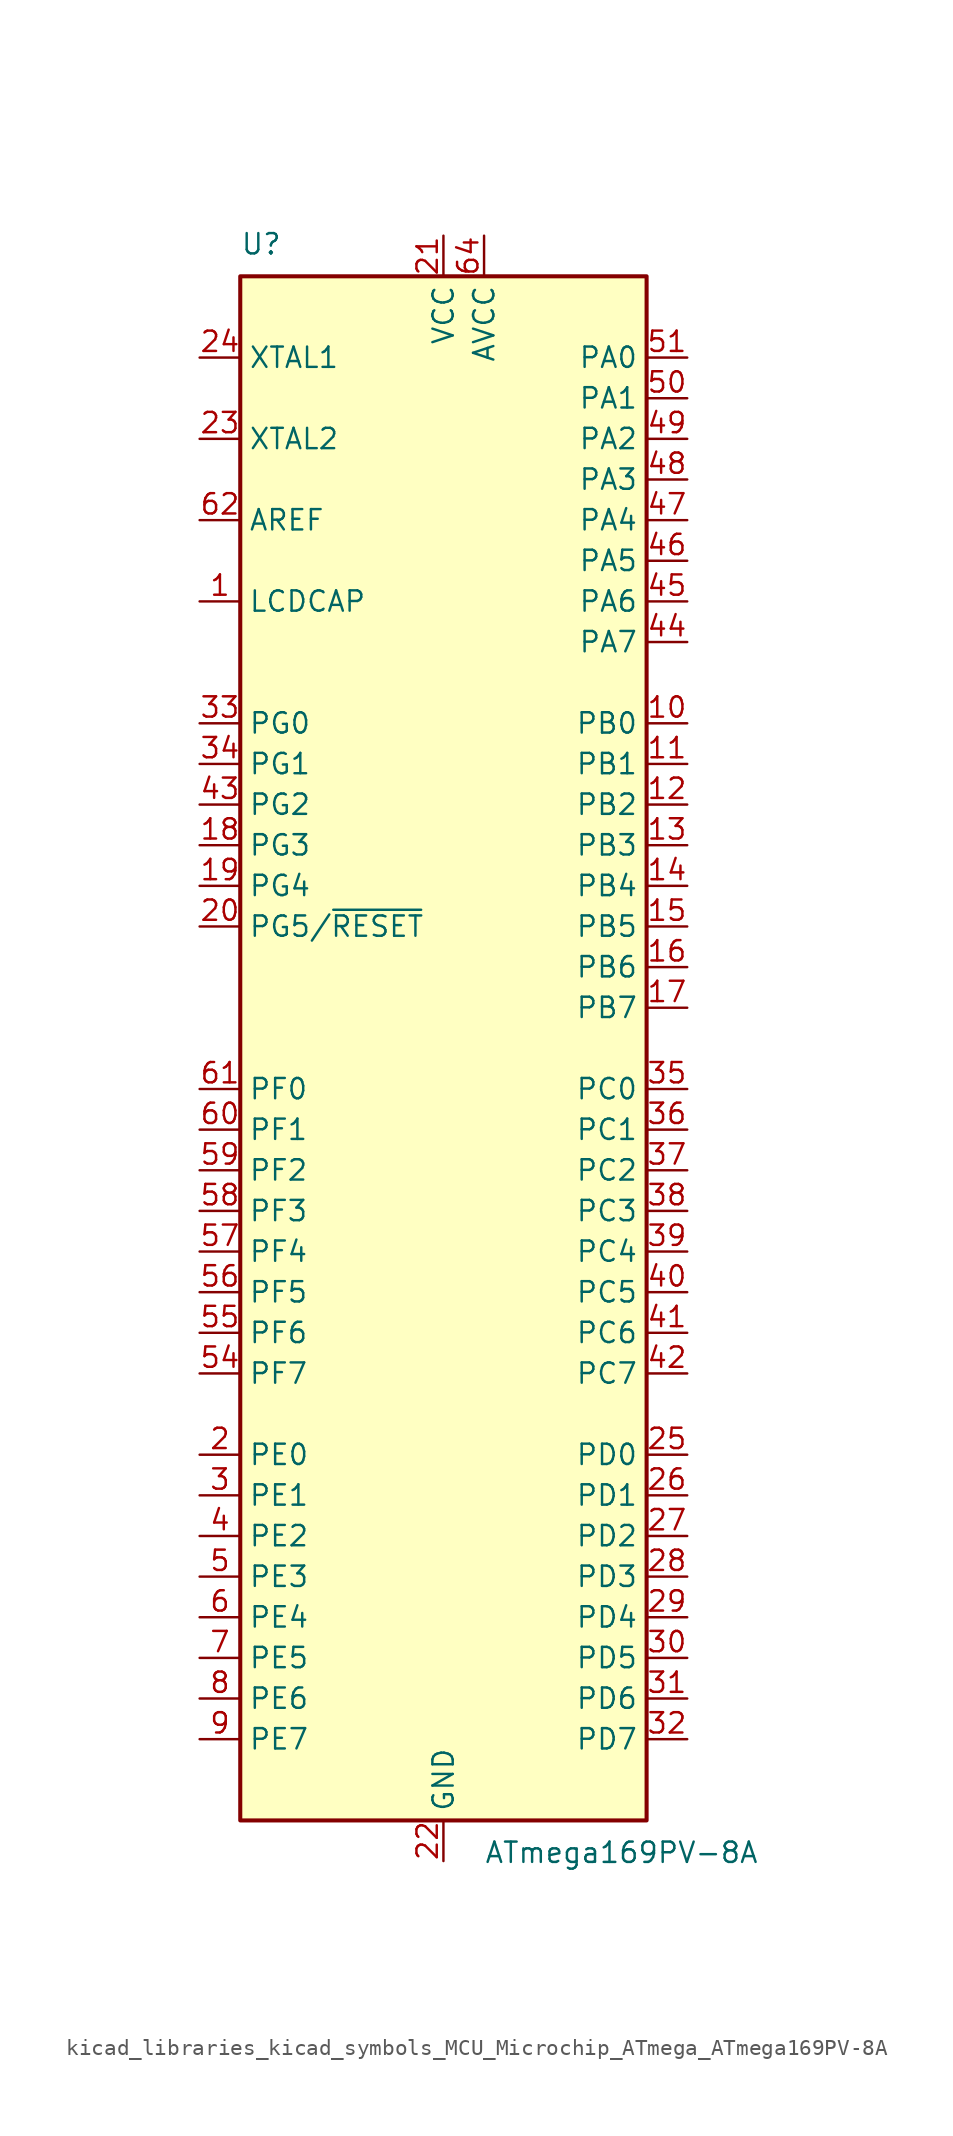
<source format=kicad_sym>
(kicad_symbol_lib
  (version 20220914)
  (generator kicad_symbol_editor)
  (symbol "kicad_libraries_kicad_symbols_MCU_Microchip_ATmega_ATmega169PV-8A"
    (property "Reference" "U"
      (at -12.7 49.53 0)
      (effects (font (size 1.27 1.27)) (justify left bottom)))
    (property "Value" "ATmega169PV-8A"
      (at 2.54 -49.53 0)
      (effects (font (size 1.27 1.27)) (justify left top)))
    (symbol "kicad_libraries_kicad_symbols_MCU_Microchip_ATmega_ATmega169PV-8A_0_1"
      (rectangle (start -12.7 -48.26) (end 12.7 48.26) (stroke (width 0.254) (type default)) (fill (type background))))
    (symbol "kicad_libraries_kicad_symbols_MCU_Microchip_ATmega_ATmega169PV-8A_1_1"
      (pin passive line (at -15.24 27.94 0) (length 2.54) (name "LCDCAP" (effects (font (size 1.27 1.27)))) (number "1" (effects (font (size 1.27 1.27)))))
      (pin bidirectional line (at 15.24 20.32 180) (length 2.54) (name "PB0" (effects (font (size 1.27 1.27)))) (number "10" (effects (font (size 1.27 1.27)))))
      (pin bidirectional line (at 15.24 17.78 180) (length 2.54) (name "PB1" (effects (font (size 1.27 1.27)))) (number "11" (effects (font (size 1.27 1.27)))))
      (pin bidirectional line (at 15.24 15.24 180) (length 2.54) (name "PB2" (effects (font (size 1.27 1.27)))) (number "12" (effects (font (size 1.27 1.27)))))
      (pin bidirectional line (at 15.24 12.7 180) (length 2.54) (name "PB3" (effects (font (size 1.27 1.27)))) (number "13" (effects (font (size 1.27 1.27)))))
      (pin bidirectional line (at 15.24 10.16 180) (length 2.54) (name "PB4" (effects (font (size 1.27 1.27)))) (number "14" (effects (font (size 1.27 1.27)))))
      (pin bidirectional line (at 15.24 7.62 180) (length 2.54) (name "PB5" (effects (font (size 1.27 1.27)))) (number "15" (effects (font (size 1.27 1.27)))))
      (pin bidirectional line (at 15.24 5.08 180) (length 2.54) (name "PB6" (effects (font (size 1.27 1.27)))) (number "16" (effects (font (size 1.27 1.27)))))
      (pin bidirectional line (at 15.24 2.54 180) (length 2.54) (name "PB7" (effects (font (size 1.27 1.27)))) (number "17" (effects (font (size 1.27 1.27)))))
      (pin bidirectional line (at -15.24 12.7 0) (length 2.54) (name "PG3" (effects (font (size 1.27 1.27)))) (number "18" (effects (font (size 1.27 1.27)))))
      (pin bidirectional line (at -15.24 10.16 0) (length 2.54) (name "PG4" (effects (font (size 1.27 1.27)))) (number "19" (effects (font (size 1.27 1.27)))))
      (pin bidirectional line (at -15.24 -25.4 0) (length 2.54) (name "PE0" (effects (font (size 1.27 1.27)))) (number "2" (effects (font (size 1.27 1.27)))))
      (pin bidirectional line (at -15.24 7.62 0) (length 2.54) (name "PG5/~{RESET}" (effects (font (size 1.27 1.27)))) (number "20" (effects (font (size 1.27 1.27)))))
      (pin power_in line (at 0 50.8 270) (length 2.54) (name "VCC" (effects (font (size 1.27 1.27)))) (number "21" (effects (font (size 1.27 1.27)))))
      (pin power_in line (at 0 -50.8 90) (length 2.54) (name "GND" (effects (font (size 1.27 1.27)))) (number "22" (effects (font (size 1.27 1.27)))))
      (pin output line (at -15.24 38.1 0) (length 2.54) (name "XTAL2" (effects (font (size 1.27 1.27)))) (number "23" (effects (font (size 1.27 1.27)))))
      (pin input line (at -15.24 43.18 0) (length 2.54) (name "XTAL1" (effects (font (size 1.27 1.27)))) (number "24" (effects (font (size 1.27 1.27)))))
      (pin bidirectional line (at 15.24 -25.4 180) (length 2.54) (name "PD0" (effects (font (size 1.27 1.27)))) (number "25" (effects (font (size 1.27 1.27)))))
      (pin bidirectional line (at 15.24 -27.94 180) (length 2.54) (name "PD1" (effects (font (size 1.27 1.27)))) (number "26" (effects (font (size 1.27 1.27)))))
      (pin bidirectional line (at 15.24 -30.48 180) (length 2.54) (name "PD2" (effects (font (size 1.27 1.27)))) (number "27" (effects (font (size 1.27 1.27)))))
      (pin bidirectional line (at 15.24 -33.02 180) (length 2.54) (name "PD3" (effects (font (size 1.27 1.27)))) (number "28" (effects (font (size 1.27 1.27)))))
      (pin bidirectional line (at 15.24 -35.56 180) (length 2.54) (name "PD4" (effects (font (size 1.27 1.27)))) (number "29" (effects (font (size 1.27 1.27)))))
      (pin bidirectional line (at -15.24 -27.94 0) (length 2.54) (name "PE1" (effects (font (size 1.27 1.27)))) (number "3" (effects (font (size 1.27 1.27)))))
      (pin bidirectional line (at 15.24 -38.1 180) (length 2.54) (name "PD5" (effects (font (size 1.27 1.27)))) (number "30" (effects (font (size 1.27 1.27)))))
      (pin bidirectional line (at 15.24 -40.64 180) (length 2.54) (name "PD6" (effects (font (size 1.27 1.27)))) (number "31" (effects (font (size 1.27 1.27)))))
      (pin bidirectional line (at 15.24 -43.18 180) (length 2.54) (name "PD7" (effects (font (size 1.27 1.27)))) (number "32" (effects (font (size 1.27 1.27)))))
      (pin bidirectional line (at -15.24 20.32 0) (length 2.54) (name "PG0" (effects (font (size 1.27 1.27)))) (number "33" (effects (font (size 1.27 1.27)))))
      (pin bidirectional line (at -15.24 17.78 0) (length 2.54) (name "PG1" (effects (font (size 1.27 1.27)))) (number "34" (effects (font (size 1.27 1.27)))))
      (pin bidirectional line (at 15.24 -2.54 180) (length 2.54) (name "PC0" (effects (font (size 1.27 1.27)))) (number "35" (effects (font (size 1.27 1.27)))))
      (pin bidirectional line (at 15.24 -5.08 180) (length 2.54) (name "PC1" (effects (font (size 1.27 1.27)))) (number "36" (effects (font (size 1.27 1.27)))))
      (pin bidirectional line (at 15.24 -7.62 180) (length 2.54) (name "PC2" (effects (font (size 1.27 1.27)))) (number "37" (effects (font (size 1.27 1.27)))))
      (pin bidirectional line (at 15.24 -10.16 180) (length 2.54) (name "PC3" (effects (font (size 1.27 1.27)))) (number "38" (effects (font (size 1.27 1.27)))))
      (pin bidirectional line (at 15.24 -12.7 180) (length 2.54) (name "PC4" (effects (font (size 1.27 1.27)))) (number "39" (effects (font (size 1.27 1.27)))))
      (pin bidirectional line (at -15.24 -30.48 0) (length 2.54) (name "PE2" (effects (font (size 1.27 1.27)))) (number "4" (effects (font (size 1.27 1.27)))))
      (pin bidirectional line (at 15.24 -15.24 180) (length 2.54) (name "PC5" (effects (font (size 1.27 1.27)))) (number "40" (effects (font (size 1.27 1.27)))))
      (pin bidirectional line (at 15.24 -17.78 180) (length 2.54) (name "PC6" (effects (font (size 1.27 1.27)))) (number "41" (effects (font (size 1.27 1.27)))))
      (pin bidirectional line (at 15.24 -20.32 180) (length 2.54) (name "PC7" (effects (font (size 1.27 1.27)))) (number "42" (effects (font (size 1.27 1.27)))))
      (pin bidirectional line (at -15.24 15.24 0) (length 2.54) (name "PG2" (effects (font (size 1.27 1.27)))) (number "43" (effects (font (size 1.27 1.27)))))
      (pin bidirectional line (at 15.24 25.4 180) (length 2.54) (name "PA7" (effects (font (size 1.27 1.27)))) (number "44" (effects (font (size 1.27 1.27)))))
      (pin bidirectional line (at 15.24 27.94 180) (length 2.54) (name "PA6" (effects (font (size 1.27 1.27)))) (number "45" (effects (font (size 1.27 1.27)))))
      (pin bidirectional line (at 15.24 30.48 180) (length 2.54) (name "PA5" (effects (font (size 1.27 1.27)))) (number "46" (effects (font (size 1.27 1.27)))))
      (pin bidirectional line (at 15.24 33.02 180) (length 2.54) (name "PA4" (effects (font (size 1.27 1.27)))) (number "47" (effects (font (size 1.27 1.27)))))
      (pin bidirectional line (at 15.24 35.56 180) (length 2.54) (name "PA3" (effects (font (size 1.27 1.27)))) (number "48" (effects (font (size 1.27 1.27)))))
      (pin bidirectional line (at 15.24 38.1 180) (length 2.54) (name "PA2" (effects (font (size 1.27 1.27)))) (number "49" (effects (font (size 1.27 1.27)))))
      (pin bidirectional line (at -15.24 -33.02 0) (length 2.54) (name "PE3" (effects (font (size 1.27 1.27)))) (number "5" (effects (font (size 1.27 1.27)))))
      (pin bidirectional line (at 15.24 40.64 180) (length 2.54) (name "PA1" (effects (font (size 1.27 1.27)))) (number "50" (effects (font (size 1.27 1.27)))))
      (pin bidirectional line (at 15.24 43.18 180) (length 2.54) (name "PA0" (effects (font (size 1.27 1.27)))) (number "51" (effects (font (size 1.27 1.27)))))
      (pin passive line (at 0 50.8 270) (length 2.54) hide (name "VCC" (effects (font (size 1.27 1.27)))) (number "52" (effects (font (size 1.27 1.27)))))
      (pin passive line (at 0 -50.8 90) (length 2.54) hide (name "GND" (effects (font (size 1.27 1.27)))) (number "53" (effects (font (size 1.27 1.27)))))
      (pin bidirectional line (at -15.24 -20.32 0) (length 2.54) (name "PF7" (effects (font (size 1.27 1.27)))) (number "54" (effects (font (size 1.27 1.27)))))
      (pin bidirectional line (at -15.24 -17.78 0) (length 2.54) (name "PF6" (effects (font (size 1.27 1.27)))) (number "55" (effects (font (size 1.27 1.27)))))
      (pin bidirectional line (at -15.24 -15.24 0) (length 2.54) (name "PF5" (effects (font (size 1.27 1.27)))) (number "56" (effects (font (size 1.27 1.27)))))
      (pin bidirectional line (at -15.24 -12.7 0) (length 2.54) (name "PF4" (effects (font (size 1.27 1.27)))) (number "57" (effects (font (size 1.27 1.27)))))
      (pin bidirectional line (at -15.24 -10.16 0) (length 2.54) (name "PF3" (effects (font (size 1.27 1.27)))) (number "58" (effects (font (size 1.27 1.27)))))
      (pin bidirectional line (at -15.24 -7.62 0) (length 2.54) (name "PF2" (effects (font (size 1.27 1.27)))) (number "59" (effects (font (size 1.27 1.27)))))
      (pin bidirectional line (at -15.24 -35.56 0) (length 2.54) (name "PE4" (effects (font (size 1.27 1.27)))) (number "6" (effects (font (size 1.27 1.27)))))
      (pin bidirectional line (at -15.24 -5.08 0) (length 2.54) (name "PF1" (effects (font (size 1.27 1.27)))) (number "60" (effects (font (size 1.27 1.27)))))
      (pin bidirectional line (at -15.24 -2.54 0) (length 2.54) (name "PF0" (effects (font (size 1.27 1.27)))) (number "61" (effects (font (size 1.27 1.27)))))
      (pin passive line (at -15.24 33.02 0) (length 2.54) (name "AREF" (effects (font (size 1.27 1.27)))) (number "62" (effects (font (size 1.27 1.27)))))
      (pin passive line (at 0 -50.8 90) (length 2.54) hide (name "GND" (effects (font (size 1.27 1.27)))) (number "63" (effects (font (size 1.27 1.27)))))
      (pin power_in line (at 2.54 50.8 270) (length 2.54) (name "AVCC" (effects (font (size 1.27 1.27)))) (number "64" (effects (font (size 1.27 1.27)))))
      (pin bidirectional line (at -15.24 -38.1 0) (length 2.54) (name "PE5" (effects (font (size 1.27 1.27)))) (number "7" (effects (font (size 1.27 1.27)))))
      (pin bidirectional line (at -15.24 -40.64 0) (length 2.54) (name "PE6" (effects (font (size 1.27 1.27)))) (number "8" (effects (font (size 1.27 1.27)))))
      (pin bidirectional line (at -15.24 -43.18 0) (length 2.54) (name "PE7" (effects (font (size 1.27 1.27)))) (number "9" (effects (font (size 1.27 1.27))))))))
</source>
